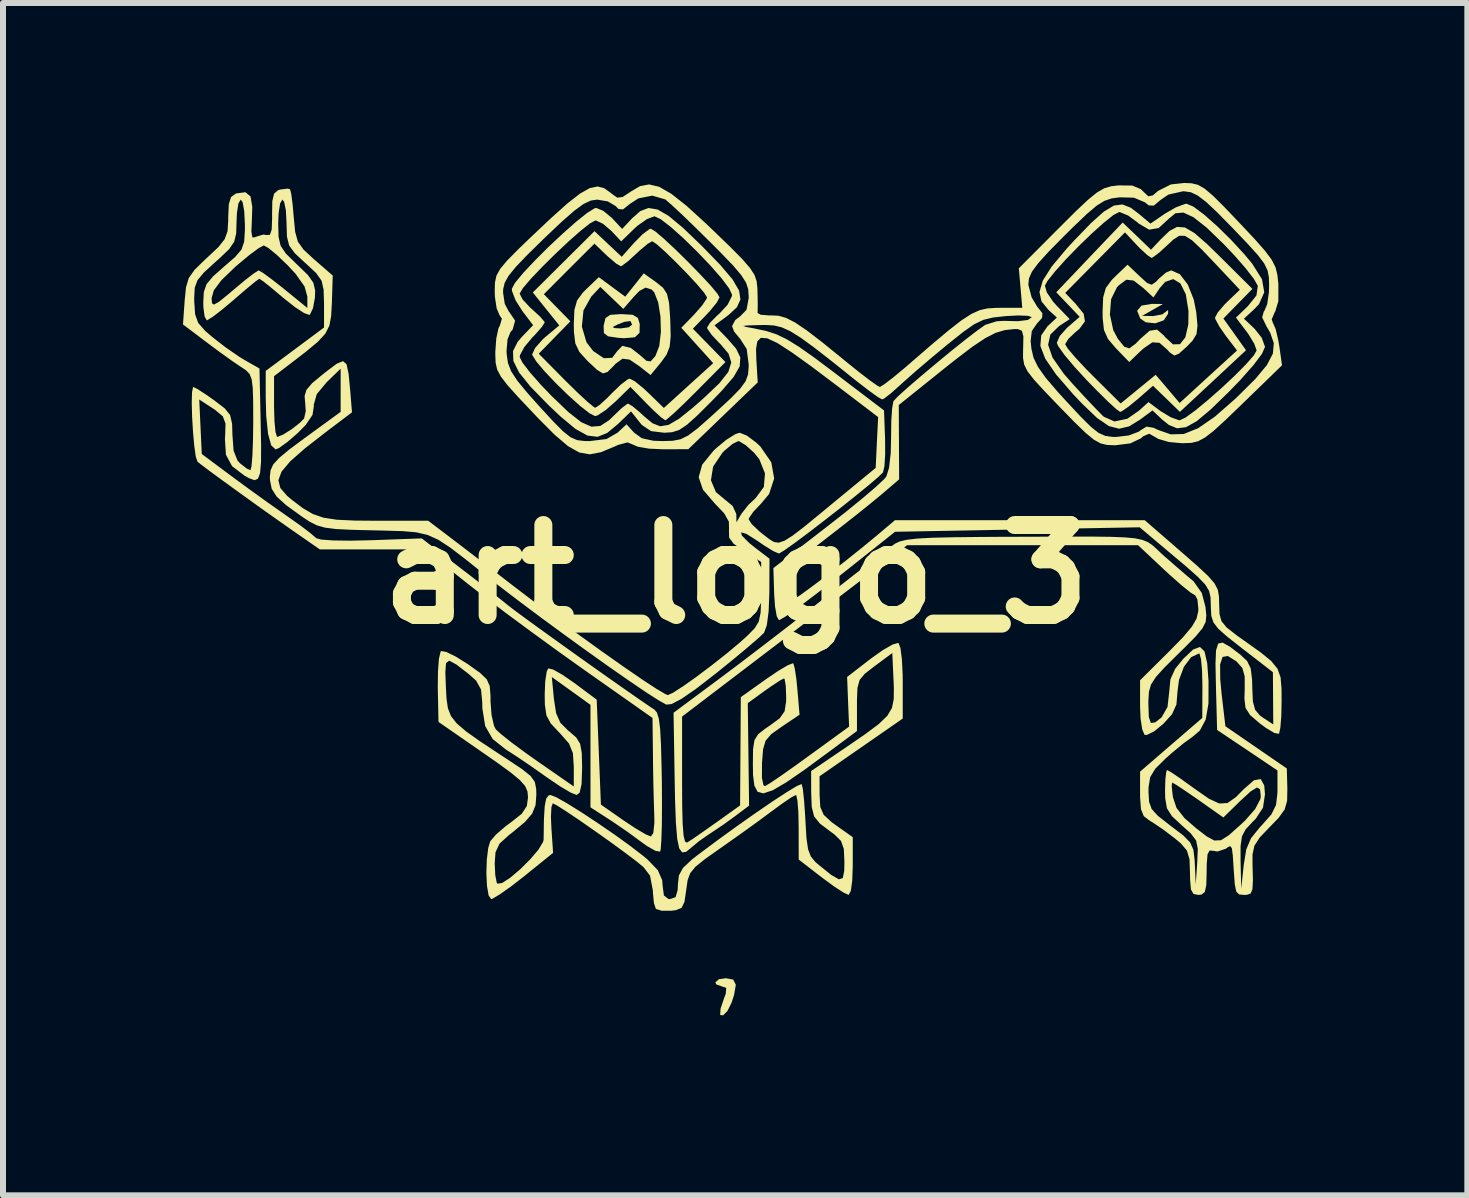
<source format=kicad_pcb>
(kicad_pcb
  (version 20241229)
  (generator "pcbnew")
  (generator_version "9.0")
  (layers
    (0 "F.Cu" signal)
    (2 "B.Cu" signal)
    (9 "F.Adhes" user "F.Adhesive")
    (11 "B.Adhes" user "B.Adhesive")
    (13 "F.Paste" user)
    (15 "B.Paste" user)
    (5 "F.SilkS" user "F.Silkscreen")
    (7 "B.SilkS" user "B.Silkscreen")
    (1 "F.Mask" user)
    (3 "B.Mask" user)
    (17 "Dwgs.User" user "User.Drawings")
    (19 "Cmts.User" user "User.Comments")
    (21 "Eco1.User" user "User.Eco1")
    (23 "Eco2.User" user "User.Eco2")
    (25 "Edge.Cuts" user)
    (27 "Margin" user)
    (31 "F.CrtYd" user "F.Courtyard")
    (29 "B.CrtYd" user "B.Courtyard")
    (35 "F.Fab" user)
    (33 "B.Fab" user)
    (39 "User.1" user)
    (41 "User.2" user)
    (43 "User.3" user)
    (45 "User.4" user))
  (footprint "art_logo_3"
    (layer "F.Cu")
    (at 9.221 6.523)
    (property "Reference" "art_logo_3" (at 0 0 0) (layer "F.SilkS") (effects (font (size 1.5 1.5) (thickness 0.3))))
    (attr board_only exclude_from_pos_files exclude_from_bom)
    (fp_poly (pts (xy 7.113 -4.506) (xy 6.94 -4.407) (xy 6.766 -4.308) (xy 6.951 -4.305) (xy 7.103 -4.333) (xy 7.176 -4.389) (xy 7.2 -4.407) (xy 7.199 -4.343) (xy 7.127 -4.234) (xy 6.984 -4.184) (xy 6.826 -4.201) (xy 6.735 -4.264) (xy 6.683 -4.392) (xy 6.755 -4.479) (xy 6.927 -4.508)) (stroke (width 0) (type solid)) (fill yes) (layer "F.SilkS"))
    (fp_poly (pts (xy -0.05 6.755) (xy -0.006 6.841) (xy -0.036 7.013) (xy -0.076 7.138) (xy -0.145 7.277) (xy -0.218 7.351) (xy -0.267 7.345) (xy -0.261 7.244) (xy -0.259 7.235) (xy -0.2 7.06) (xy -0.174 6.992) (xy -0.166 6.892) (xy -0.235 6.87) (xy -0.332 6.835) (xy -0.347 6.801) (xy -0.288 6.749) (xy -0.173 6.732)) (stroke (width 0) (type solid)) (fill yes) (layer "F.SilkS"))
    (fp_poly (pts (xy -1.726 -4.326) (xy -1.639 -4.275) (xy -1.608 -4.173) (xy -1.611 -4.025) (xy -1.689 -3.951) (xy -1.869 -3.936) (xy -1.965 -3.942) (xy -2.136 -3.967) (xy -2.205 -4.021) (xy -2.209 -4.121) (xy -2.06 -4.121) (xy -2.022 -4.104) (xy -1.926 -4.099) (xy -1.787 -4.118) (xy -1.735 -4.164) (xy -1.763 -4.222) (xy -1.865 -4.208) (xy -1.978 -4.164) (xy -2.06 -4.121) (xy -2.209 -4.121) (xy -2.209 -4.137) (xy -2.208 -4.151) (xy -2.178 -4.272) (xy -2.1 -4.325) (xy -1.929 -4.337) (xy -1.908 -4.337)) (stroke (width 0) (type solid)) (fill yes) (layer "F.SilkS"))
    (fp_poly (pts (xy -1.331 -4.867) (xy -1.219 -4.776) (xy -1.154 -4.676) (xy -1.119 -4.525) (xy -1.101 -4.282) (xy -1.099 -4.234) (xy -1.092 -3.967) (xy -1.109 -3.792) (xy -1.161 -3.661) (xy -1.251 -3.536) (xy -1.427 -3.322) (xy -1.609 -3.465) (xy -1.776 -3.579) (xy -1.894 -3.594) (xy -2.01 -3.51) (xy -2.047 -3.47) (xy -2.144 -3.373) (xy -2.222 -3.349) (xy -2.319 -3.408) (xy -2.476 -3.555) (xy -2.481 -3.56) (xy -2.615 -3.708) (xy -2.682 -3.85) (xy -2.705 -4.043) (xy -2.706 -4.128) (xy -2.572 -4.128) (xy -2.496 -3.869) (xy -2.384 -3.722) (xy -2.205 -3.602) (xy -2.066 -3.609) (xy -1.985 -3.718) (xy -1.898 -3.809) (xy -1.756 -3.773) (xy -1.612 -3.661) (xy -1.495 -3.559) (xy -1.427 -3.549) (xy -1.356 -3.628) (xy -1.345 -3.643) (xy -1.282 -3.806) (xy -1.255 -4.039) (xy -1.262 -4.296) (xy -1.3 -4.532) (xy -1.366 -4.701) (xy -1.41 -4.747) (xy -1.511 -4.779) (xy -1.613 -4.724) (xy -1.709 -4.624) (xy -1.882 -4.424) (xy -2.073 -4.607) (xy -2.265 -4.79) (xy -2.416 -4.629) (xy -2.546 -4.398) (xy -2.572 -4.128) (xy -2.706 -4.128) (xy -2.707 -4.168) (xy -2.697 -4.407) (xy -2.653 -4.564) (xy -2.556 -4.696) (xy -2.498 -4.754) (xy -2.29 -4.953) (xy -2.07 -4.791) (xy -1.85 -4.628) (xy -1.695 -4.822) (xy -1.541 -5.016)) (stroke (width 0) (type solid)) (fill yes) (layer "F.SilkS"))
    (fp_poly (pts (xy 6.72 -4.974) (xy 6.849 -4.856) (xy 6.927 -4.827) (xy 7.001 -4.88) (xy 7.043 -4.926) (xy 7.165 -5.031) (xy 7.251 -5.066) (xy 7.396 -5.002) (xy 7.527 -4.83) (xy 7.627 -4.58) (xy 7.668 -4.372) (xy 7.689 -4.146) (xy 7.673 -4.005) (xy 7.607 -3.895) (xy 7.513 -3.798) (xy 7.381 -3.679) (xy 7.302 -3.647) (xy 7.229 -3.697) (xy 7.184 -3.746) (xy 7.055 -3.859) (xy 6.937 -3.867) (xy 6.791 -3.767) (xy 6.732 -3.713) (xy 6.551 -3.539) (xy 6.329 -3.768) (xy 6.196 -3.924) (xy 6.13 -4.073) (xy 6.108 -4.276) (xy 6.108 -4.329) (xy 6.229 -4.329) (xy 6.285 -4.07) (xy 6.361 -3.927) (xy 6.469 -3.793) (xy 6.552 -3.766) (xy 6.657 -3.843) (xy 6.732 -3.921) (xy 6.891 -4.06) (xy 7.014 -4.079) (xy 7.129 -3.981) (xy 7.148 -3.956) (xy 7.281 -3.833) (xy 7.398 -3.836) (xy 7.487 -3.951) (xy 7.536 -4.164) (xy 7.539 -4.391) (xy 7.494 -4.668) (xy 7.404 -4.849) (xy 7.285 -4.921) (xy 7.15 -4.874) (xy 7.06 -4.771) (xy 6.955 -4.615) (xy 6.787 -4.771) (xy 6.626 -4.896) (xy 6.503 -4.911) (xy 6.375 -4.815) (xy 6.346 -4.784) (xy 6.249 -4.586) (xy 6.229 -4.329) (xy 6.108 -4.329) (xy 6.107 -4.38) (xy 6.117 -4.618) (xy 6.162 -4.775) (xy 6.261 -4.908) (xy 6.315 -4.962) (xy 6.523 -5.161)) (stroke (width 0) (type solid)) (fill yes) (layer "F.SilkS"))
    (fp_poly (pts (xy 6.678 -5.638) (xy 6.914 -5.411) (xy 7.077 -5.584) (xy 7.221 -5.723) (xy 7.347 -5.791) (xy 7.478 -5.782) (xy 7.638 -5.689) (xy 7.85 -5.504) (xy 8.058 -5.301) (xy 8.604 -4.758) (xy 8.363 -4.511) (xy 8.121 -4.264) (xy 8.31 -3.999) (xy 8.498 -3.735) (xy 7.947 -3.221) (xy 7.396 -2.708) (xy 7.171 -2.926) (xy 6.947 -3.143) (xy 6.698 -2.925) (xy 6.542 -2.797) (xy 6.428 -2.718) (xy 6.4 -2.707) (xy 6.334 -2.754) (xy 6.196 -2.881) (xy 6.007 -3.068) (xy 5.847 -3.232) (xy 5.638 -3.459) (xy 5.471 -3.658) (xy 5.368 -3.803) (xy 5.354 -3.835) (xy 5.483 -3.835) (xy 5.529 -3.76) (xy 5.653 -3.614) (xy 5.833 -3.421) (xy 5.945 -3.308) (xy 6.408 -2.848) (xy 6.7 -3.087) (xy 6.992 -3.326) (xy 7.192 -3.091) (xy 7.391 -2.856) (xy 7.869 -3.294) (xy 8.348 -3.731) (xy 8.164 -3.971) (xy 8.052 -4.133) (xy 7.987 -4.254) (xy 7.981 -4.279) (xy 8.027 -4.365) (xy 8.142 -4.499) (xy 8.188 -4.545) (xy 8.395 -4.743) (xy 7.998 -5.165) (xy 7.763 -5.412) (xy 7.598 -5.568) (xy 7.48 -5.642) (xy 7.385 -5.643) (xy 7.289 -5.582) (xy 7.19 -5.49) (xy 7.047 -5.359) (xy 6.944 -5.283) (xy 6.923 -5.274) (xy 6.852 -5.321) (xy 6.728 -5.436) (xy 6.679 -5.487) (xy 6.48 -5.699) (xy 5.982 -5.195) (xy 5.484 -4.691) (xy 5.657 -4.51) (xy 5.792 -4.343) (xy 5.813 -4.216) (xy 5.721 -4.092) (xy 5.656 -4.038) (xy 5.535 -3.923) (xy 5.483 -3.836) (xy 5.483 -3.835) (xy 5.354 -3.835) (xy 5.344 -3.86) (xy 5.393 -3.971) (xy 5.513 -4.108) (xy 5.535 -4.127) (xy 5.725 -4.292) (xy 5.53 -4.497) (xy 5.335 -4.701) (xy 5.888 -5.283) (xy 6.442 -5.864)) (stroke (width 0) (type solid)) (fill yes) (layer "F.SilkS"))
    (fp_poly (pts (xy -1.345 -5.713) (xy -1.2 -5.589) (xy -1.01 -5.412) (xy -0.802 -5.207) (xy -0.6 -5) (xy -0.428 -4.816) (xy -0.313 -4.678) (xy -0.278 -4.617) (xy -0.322 -4.532) (xy -0.435 -4.393) (xy -0.5 -4.323) (xy -0.722 -4.094) (xy -0.45 -3.816) (xy -0.179 -3.538) (xy -0.66 -3.053) (xy -0.868 -2.847) (xy -1.04 -2.684) (xy -1.152 -2.587) (xy -1.181 -2.568) (xy -1.248 -2.613) (xy -1.377 -2.731) (xy -1.492 -2.846) (xy -1.763 -3.123) (xy -2.012 -2.88) (xy -2.174 -2.739) (xy -2.307 -2.651) (xy -2.352 -2.637) (xy -2.446 -2.685) (xy -2.605 -2.81) (xy -2.8 -2.985) (xy -3.004 -3.184) (xy -3.19 -3.38) (xy -3.33 -3.545) (xy -3.398 -3.654) (xy -3.401 -3.667) (xy -3.396 -3.677) (xy -3.291 -3.677) (xy -2.845 -3.226) (xy -2.643 -3.028) (xy -2.478 -2.875) (xy -2.372 -2.788) (xy -2.35 -2.776) (xy -2.278 -2.822) (xy -2.149 -2.94) (xy -2.072 -3.019) (xy -1.924 -3.162) (xy -1.809 -3.249) (xy -1.775 -3.262) (xy -1.689 -3.217) (xy -1.547 -3.102) (xy -1.456 -3.017) (xy -1.206 -2.773) (xy -0.794 -3.147) (xy -0.383 -3.52) (xy -0.649 -3.815) (xy -0.915 -4.109) (xy -0.7 -4.331) (xy -0.57 -4.479) (xy -0.494 -4.591) (xy -0.486 -4.616) (xy -0.532 -4.691) (xy -0.652 -4.833) (xy -0.818 -5.012) (xy -1.004 -5.202) (xy -1.181 -5.374) (xy -1.322 -5.5) (xy -1.399 -5.552) (xy -1.401 -5.552) (xy -1.478 -5.507) (xy -1.61 -5.396) (xy -1.666 -5.344) (xy -1.806 -5.216) (xy -1.906 -5.142) (xy -1.924 -5.136) (xy -1.999 -5.179) (xy -2.128 -5.288) (xy -2.167 -5.324) (xy -2.363 -5.512) (xy -2.785 -5.091) (xy -3.206 -4.669) (xy -2.985 -4.443) (xy -2.764 -4.217) (xy -3.028 -3.947) (xy -3.291 -3.677) (xy -3.396 -3.677) (xy -3.351 -3.774) (xy -3.226 -3.915) (xy -3.175 -3.961) (xy -2.949 -4.149) (xy -3.17 -4.424) (xy -3.39 -4.698) (xy -2.876 -5.209) (xy -2.362 -5.72) (xy -2.135 -5.506) (xy -1.908 -5.293) (xy -1.701 -5.526) (xy -1.561 -5.668) (xy -1.45 -5.751) (xy -1.422 -5.76)) (stroke (width 0) (type solid)) (fill yes) (layer "F.SilkS"))
    (fp_poly (pts (xy 7.622 -6.128) (xy 7.799 -5.996) (xy 8.016 -5.804) (xy 8.249 -5.575) (xy 8.473 -5.332) (xy 8.601 -5.178) (xy 8.764 -4.919) (xy 8.802 -4.701) (xy 8.716 -4.506) (xy 8.638 -4.423) (xy 8.463 -4.261) (xy 8.638 -4.096) (xy 8.759 -3.944) (xy 8.813 -3.797) (xy 8.814 -3.789) (xy 8.764 -3.676) (xy 8.622 -3.487) (xy 8.402 -3.238) (xy 8.208 -3.038) (xy 7.908 -2.747) (xy 7.678 -2.554) (xy 7.498 -2.453) (xy 7.349 -2.434) (xy 7.212 -2.49) (xy 7.1 -2.58) (xy 6.939 -2.732) (xy 6.734 -2.58) (xy 6.549 -2.466) (xy 6.383 -2.427) (xy 6.212 -2.471) (xy 6.015 -2.606) (xy 5.769 -2.841) (xy 5.621 -2.997) (xy 5.333 -3.33) (xy 5.151 -3.595) (xy 5.07 -3.807) (xy 5.084 -3.982) (xy 5.188 -4.133) (xy 5.202 -4.146) (xy 5.345 -4.28) (xy 5.206 -4.406) (xy 5.089 -4.549) (xy 5.055 -4.706) (xy 5.086 -4.812) (xy 5.146 -4.812) (xy 5.177 -4.7) (xy 5.282 -4.545) (xy 5.341 -4.479) (xy 5.559 -4.254) (xy 5.382 -4.138) (xy 5.237 -3.997) (xy 5.199 -3.826) (xy 5.273 -3.612) (xy 5.46 -3.344) (xy 5.604 -3.179) (xy 5.803 -2.962) (xy 5.981 -2.774) (xy 6.105 -2.647) (xy 6.127 -2.627) (xy 6.305 -2.548) (xy 6.519 -2.593) (xy 6.715 -2.729) (xy 6.872 -2.871) (xy 7.076 -2.719) (xy 7.243 -2.618) (xy 7.38 -2.569) (xy 7.393 -2.568) (xy 7.49 -2.613) (xy 7.656 -2.734) (xy 7.865 -2.907) (xy 8.093 -3.108) (xy 8.314 -3.315) (xy 8.501 -3.504) (xy 8.63 -3.652) (xy 8.675 -3.732) (xy 8.635 -3.844) (xy 8.537 -4.005) (xy 8.502 -4.052) (xy 8.33 -4.279) (xy 8.529 -4.47) (xy 8.672 -4.649) (xy 8.694 -4.808) (xy 8.693 -4.811) (xy 8.631 -4.921) (xy 8.492 -5.101) (xy 8.299 -5.322) (xy 8.13 -5.5) (xy 7.843 -5.778) (xy 7.622 -5.952) (xy 7.454 -6.03) (xy 7.321 -6.018) (xy 7.214 -5.93) (xy 7.042 -5.772) (xy 6.883 -5.745) (xy 6.71 -5.846) (xy 6.691 -5.864) (xy 6.534 -5.98) (xy 6.397 -6.037) (xy 6.382 -6.038) (xy 6.289 -5.99) (xy 6.129 -5.862) (xy 5.926 -5.68) (xy 5.706 -5.467) (xy 5.493 -5.248) (xy 5.313 -5.047) (xy 5.188 -4.89) (xy 5.146 -4.812) (xy 5.086 -4.812) (xy 5.11 -4.895) (xy 5.259 -5.13) (xy 5.508 -5.428) (xy 5.64 -5.571) (xy 5.919 -5.859) (xy 6.131 -6.048) (xy 6.297 -6.147) (xy 6.438 -6.165) (xy 6.576 -6.111) (xy 6.709 -6.011) (xy 6.905 -5.846) (xy 7.146 -6.011) (xy 7.327 -6.116) (xy 7.48 -6.173) (xy 7.51 -6.177)) (stroke (width 0) (type solid)) (fill yes) (layer "F.SilkS"))
    (fp_poly (pts (xy -2.216 -6.059) (xy -2.075 -5.943) (xy -2.064 -5.932) (xy -1.901 -5.757) (xy -1.737 -5.932) (xy -1.599 -6.054) (xy -1.462 -6.106) (xy -1.31 -6.081) (xy -1.123 -5.972) (xy -0.883 -5.772) (xy -0.572 -5.473) (xy -0.57 -5.471) (xy -0.266 -5.158) (xy -0.062 -4.917) (xy 0.048 -4.73) (xy 0.071 -4.581) (xy 0.012 -4.452) (xy -0.123 -4.326) (xy -0.146 -4.309) (xy -0.361 -4.15) (xy -0.148 -3.93) (xy -0.001 -3.761) (xy 0.069 -3.615) (xy 0.058 -3.466) (xy -0.042 -3.291) (xy -0.237 -3.064) (xy -0.412 -2.883) (xy -0.649 -2.647) (xy -0.819 -2.494) (xy -0.949 -2.407) (xy -1.067 -2.369) (xy -1.198 -2.36) (xy -1.2 -2.36) (xy -1.419 -2.387) (xy -1.571 -2.489) (xy -1.612 -2.538) (xy -1.753 -2.716) (xy -1.973 -2.503) (xy -2.148 -2.358) (xy -2.31 -2.292) (xy -2.48 -2.313) (xy -2.681 -2.425) (xy -2.933 -2.635) (xy -3.127 -2.819) (xy -3.425 -3.124) (xy -3.618 -3.363) (xy -3.714 -3.556) (xy -3.717 -3.622) (xy -3.609 -3.622) (xy -3.562 -3.528) (xy -3.436 -3.364) (xy -3.251 -3.154) (xy -3.081 -2.977) (xy -2.799 -2.706) (xy -2.583 -2.536) (xy -2.412 -2.461) (xy -2.265 -2.473) (xy -2.121 -2.567) (xy -2.039 -2.646) (xy -1.907 -2.772) (xy -1.815 -2.841) (xy -1.802 -2.845) (xy -1.728 -2.802) (xy -1.596 -2.691) (xy -1.534 -2.633) (xy -1.395 -2.518) (xy -1.267 -2.468) (xy -1.127 -2.491) (xy -0.95 -2.595) (xy -0.714 -2.785) (xy -0.539 -2.939) (xy -0.281 -3.184) (xy -0.131 -3.374) (xy -0.082 -3.531) (xy -0.127 -3.677) (xy -0.261 -3.836) (xy -0.278 -3.852) (xy -0.408 -3.99) (xy -0.48 -4.093) (xy -0.486 -4.112) (xy -0.437 -4.192) (xy -0.317 -4.314) (xy -0.278 -4.348) (xy -0.142 -4.495) (xy -0.072 -4.636) (xy -0.069 -4.661) (xy -0.118 -4.766) (xy -0.247 -4.938) (xy -0.433 -5.15) (xy -0.652 -5.379) (xy -0.878 -5.6) (xy -1.088 -5.788) (xy -1.257 -5.919) (xy -1.362 -5.968) (xy -1.362 -5.968) (xy -1.486 -5.922) (xy -1.648 -5.808) (xy -1.701 -5.759) (xy -1.917 -5.55) (xy -2.081 -5.724) (xy -2.22 -5.843) (xy -2.338 -5.898) (xy -2.345 -5.899) (xy -2.434 -5.852) (xy -2.592 -5.727) (xy -2.794 -5.549) (xy -3.016 -5.34) (xy -3.233 -5.125) (xy -3.421 -4.928) (xy -3.554 -4.772) (xy -3.609 -4.681) (xy -3.609 -4.678) (xy -3.56 -4.582) (xy -3.438 -4.45) (xy -3.401 -4.417) (xy -3.268 -4.295) (xy -3.196 -4.21) (xy -3.192 -4.198) (xy -3.237 -4.126) (xy -3.349 -3.998) (xy -3.401 -3.945) (xy -3.531 -3.789) (xy -3.604 -3.653) (xy -3.609 -3.622) (xy -3.717 -3.622) (xy -3.72 -3.721) (xy -3.643 -3.875) (xy -3.573 -3.957) (xy -3.385 -4.153) (xy -3.566 -4.391) (xy -3.678 -4.569) (xy -3.737 -4.725) (xy -3.739 -4.76) (xy -3.687 -4.858) (xy -3.552 -5.021) (xy -3.359 -5.227) (xy -3.132 -5.454) (xy -2.894 -5.677) (xy -2.67 -5.875) (xy -2.484 -6.024) (xy -2.359 -6.101) (xy -2.334 -6.107)) (stroke (width 0) (type solid)) (fill yes) (layer "F.SilkS"))
    (fp_poly (pts (xy 7.591 -6.518) (xy 7.698 -6.492) (xy 7.809 -6.428) (xy 7.948 -6.31) (xy 8.137 -6.122) (xy 8.384 -5.863) (xy 8.64 -5.591) (xy 8.815 -5.392) (xy 8.926 -5.243) (xy 8.99 -5.117) (xy 9.021 -4.99) (xy 9.037 -4.84) (xy 9.037 -4.554) (xy 8.984 -4.379) (xy 8.976 -4.368) (xy 8.926 -4.25) (xy 8.945 -4.194) (xy 8.991 -4.091) (xy 9.035 -3.904) (xy 9.052 -3.807) (xy 9.098 -3.484) (xy 8.429 -2.835) (xy 8.157 -2.573) (xy 7.96 -2.393) (xy 7.815 -2.28) (xy 7.699 -2.218) (xy 7.587 -2.191) (xy 7.457 -2.186) (xy 7.437 -2.185) (xy 7.214 -2.205) (xy 7.036 -2.257) (xy 6.992 -2.283) (xy 6.884 -2.344) (xy 6.785 -2.302) (xy 6.744 -2.266) (xy 6.571 -2.183) (xy 6.318 -2.151) (xy 6.314 -2.151) (xy 6.184 -2.156) (xy 6.075 -2.182) (xy 5.962 -2.244) (xy 5.823 -2.359) (xy 5.633 -2.543) (xy 5.389 -2.793) (xy 5.135 -3.058) (xy 4.962 -3.247) (xy 4.855 -3.385) (xy 4.8 -3.497) (xy 4.781 -3.607) (xy 4.782 -3.738) (xy 4.783 -3.765) (xy 4.787 -3.964) (xy 4.762 -4.06) (xy 4.693 -4.088) (xy 4.638 -4.088) (xy 4.478 -4.071) (xy 4.324 -4.025) (xy 4.152 -3.937) (xy 3.938 -3.794) (xy 3.658 -3.581) (xy 3.438 -3.406) (xy 2.71 -2.822) (xy 2.713 -2.203) (xy 2.716 -1.583) (xy 2.423 -1.332) (xy 2.247 -1.187) (xy 1.997 -0.986) (xy 1.708 -0.759) (xy 1.464 -0.57) (xy 1.183 -0.352) (xy 0.995 -0.196) (xy 0.881 -0.08) (xy 0.822 0.017) (xy 0.801 0.119) (xy 0.798 0.213) (xy 0.81 0.385) (xy 0.839 0.48) (xy 0.85 0.486) (xy 0.925 0.445) (xy 1.084 0.335) (xy 1.305 0.173) (xy 1.565 -0.024) (xy 1.84 -0.238) (xy 2.106 -0.451) (xy 2.338 -0.642) (xy 2.646 -0.902) (xy 4.728 -0.902) (xy 6.81 -0.902) (xy 7.43 -0.364) (xy 7.693 -0.134) (xy 7.868 0.03) (xy 7.974 0.152) (xy 8.028 0.258) (xy 8.047 0.37) (xy 8.05 0.493) (xy 8.056 0.662) (xy 8.089 0.781) (xy 8.175 0.886) (xy 8.337 1.013) (xy 8.465 1.104) (xy 8.738 1.298) (xy 8.917 1.444) (xy 9.023 1.574) (xy 9.074 1.718) (xy 9.09 1.91) (xy 9.091 2.11) (xy 9.086 2.362) (xy 9.07 2.557) (xy 9.049 2.655) (xy 9.047 2.658) (xy 8.972 2.645) (xy 8.831 2.561) (xy 8.73 2.487) (xy 8.567 2.347) (xy 8.49 2.228) (xy 8.471 2.069) (xy 8.476 1.925) (xy 8.476 1.701) (xy 8.437 1.562) (xy 8.343 1.456) (xy 8.331 1.446) (xy 8.194 1.361) (xy 8.107 1.377) (xy 8.066 1.502) (xy 8.068 1.746) (xy 8.091 1.992) (xy 8.154 2.532) (xy 8.666 2.884) (xy 9.178 3.236) (xy 9.187 3.575) (xy 9.183 3.775) (xy 9.142 3.919) (xy 9.041 4.06) (xy 8.895 4.21) (xy 8.726 4.387) (xy 8.638 4.523) (xy 8.606 4.671) (xy 8.606 4.838) (xy 8.613 5.098) (xy 8.605 5.249) (xy 8.574 5.321) (xy 8.512 5.342) (xy 8.467 5.344) (xy 8.383 5.336) (xy 8.336 5.289) (xy 8.311 5.172) (xy 8.295 4.952) (xy 8.293 4.927) (xy 8.278 4.69) (xy 8.262 4.565) (xy 8.234 4.529) (xy 8.185 4.555) (xy 8.163 4.573) (xy 8.023 4.62) (xy 7.955 4.609) (xy 7.89 4.604) (xy 7.856 4.669) (xy 7.843 4.834) (xy 7.842 4.955) (xy 7.836 5.178) (xy 7.811 5.295) (xy 7.755 5.339) (xy 7.703 5.344) (xy 7.622 5.327) (xy 7.58 5.253) (xy 7.566 5.09) (xy 7.564 4.974) (xy 7.556 4.749) (xy 7.513 4.605) (xy 7.411 4.484) (xy 7.304 4.395) (xy 7.112 4.25) (xy 6.938 4.133) (xy 6.888 4.103) (xy 6.794 4.031) (xy 6.747 3.915) (xy 6.732 3.714) (xy 6.732 3.654) (xy 6.732 3.289) (xy 7.25 2.841) (xy 7.769 2.394) (xy 7.771 1.856) (xy 7.765 1.603) (xy 7.748 1.414) (xy 7.722 1.322) (xy 7.715 1.319) (xy 7.583 1.381) (xy 7.463 1.541) (xy 7.381 1.759) (xy 7.356 1.951) (xy 7.338 2.17) (xy 7.264 2.333) (xy 7.119 2.493) (xy 6.966 2.618) (xy 6.844 2.678) (xy 6.807 2.676) (xy 6.768 2.586) (xy 6.74 2.402) (xy 6.732 2.197) (xy 6.732 1.766) (xy 7.217 1.284) (xy 7.45 1.046) (xy 7.596 0.872) (xy 7.674 0.737) (xy 7.702 0.614) (xy 7.703 0.574) (xy 7.688 0.42) (xy 7.65 0.348) (xy 7.645 0.347) (xy 7.571 0.302) (xy 7.424 0.183) (xy 7.23 0.012) (xy 7.142 -0.069) (xy 6.698 -0.486) (xy 4.774 -0.486) (xy 2.849 -0.486) (xy 2.052 0.121) (xy 1.723 0.372) (xy 1.321 0.678) (xy 0.886 1.01) (xy 0.454 1.338) (xy 0.176 1.55) (xy -0.902 2.371) (xy -0.902 3.445) (xy -0.9 3.866) (xy -0.892 4.164) (xy -0.877 4.354) (xy -0.854 4.452) (xy -0.822 4.472) (xy -0.815 4.469) (xy -0.718 4.406) (xy -0.545 4.286) (xy -0.334 4.137) (xy -0.332 4.136) (xy 0.065 3.852) (xy 0.071 2.949) (xy 0.077 2.047) (xy 0.497 1.748) (xy 0.703 1.608) (xy 0.863 1.514) (xy 0.947 1.482) (xy 0.952 1.484) (xy 0.976 1.567) (xy 1.003 1.745) (xy 1.021 1.93) (xy 1.056 2.34) (xy 0.754 2.543) (xy 0.583 2.665) (xy 0.49 2.773) (xy 0.448 2.916) (xy 0.43 3.147) (xy 0.43 3.15) (xy 0.429 3.394) (xy 0.455 3.517) (xy 0.482 3.529) (xy 0.564 3.481) (xy 0.733 3.367) (xy 0.963 3.205) (xy 1.218 3.021) (xy 1.882 2.538) (xy 1.865 2.124) (xy 1.849 1.711) (xy 2.243 1.406) (xy 2.445 1.263) (xy 2.609 1.169) (xy 2.702 1.143) (xy 2.706 1.145) (xy 2.738 1.229) (xy 2.762 1.418) (xy 2.775 1.677) (xy 2.776 1.796) (xy 2.776 2.404) (xy 2.083 2.885) (xy 1.389 3.366) (xy 1.39 3.678) (xy 1.402 3.878) (xy 1.459 4.009) (xy 1.591 4.131) (xy 1.667 4.186) (xy 1.943 4.381) (xy 1.943 4.862) (xy 1.934 5.108) (xy 1.91 5.279) (xy 1.874 5.344) (xy 1.874 5.344) (xy 1.788 5.304) (xy 1.628 5.2) (xy 1.429 5.053) (xy 1.423 5.049) (xy 1.042 4.754) (xy 1.041 4.216) (xy 1.036 3.963) (xy 1.021 3.773) (xy 1.001 3.682) (xy 0.995 3.678) (xy 0.92 3.717) (xy 0.77 3.819) (xy 0.596 3.946) (xy 0.367 4.116) (xy 0.078 4.324) (xy -0.216 4.532) (xy -0.278 4.575) (xy -0.524 4.749) (xy -0.68 4.875) (xy -0.767 4.982) (xy -0.81 5.099) (xy -0.832 5.255) (xy -0.833 5.261) (xy -0.862 5.46) (xy -0.91 5.559) (xy -1.007 5.598) (xy -1.078 5.607) (xy -1.243 5.607) (xy -1.338 5.578) (xy -1.371 5.482) (xy -1.388 5.308) (xy -1.388 5.275) (xy -1.436 5.023) (xy -1.544 4.881) (xy -1.672 4.776) (xy -1.87 4.627) (xy -2.111 4.451) (xy -2.371 4.267) (xy -2.621 4.093) (xy -2.837 3.948) (xy -2.991 3.85) (xy -3.057 3.817) (xy -3.08 3.88) (xy -3.088 4.043) (xy -3.08 4.23) (xy -3.052 4.643) (xy -3.529 5.028) (xy -3.751 5.201) (xy -3.938 5.333) (xy -4.06 5.406) (xy -4.085 5.413) (xy -4.127 5.351) (xy -4.154 5.193) (xy -4.164 4.981) (xy -4.157 4.756) (xy -4.133 4.561) (xy -4.099 4.449) (xy -4.004 4.338) (xy -3.841 4.197) (xy -3.752 4.132) (xy -3.573 3.99) (xy -3.489 3.86) (xy -3.47 3.716) (xy -3.479 3.619) (xy -3.517 3.53) (xy -3.604 3.431) (xy -3.757 3.304) (xy -3.995 3.131) (xy -4.216 2.977) (xy -4.962 2.46) (xy -4.974 1.89) (xy -4.971 1.622) (xy -4.955 1.41) (xy -4.928 1.291) (xy -4.918 1.278) (xy -4.831 1.294) (xy -4.669 1.374) (xy -4.473 1.497) (xy -4.271 1.641) (xy -4.158 1.749) (xy -4.108 1.862) (xy -4.095 2.024) (xy -4.095 2.115) (xy -4.078 2.343) (xy -4.037 2.525) (xy -4.008 2.583) (xy -3.916 2.667) (xy -3.738 2.808) (xy -3.502 2.982) (xy -3.314 3.115) (xy -2.707 3.536) (xy -2.707 3.204) (xy -2.722 2.98) (xy -2.787 2.82) (xy -2.932 2.655) (xy -2.949 2.637) (xy -3.09 2.487) (xy -3.163 2.352) (xy -3.189 2.174) (xy -3.192 2.003) (xy -3.183 1.781) (xy -3.158 1.621) (xy -3.133 1.568) (xy -3.051 1.587) (xy -2.895 1.675) (xy -2.699 1.81) (xy -2.325 2.089) (xy -2.29 2.964) (xy -2.255 3.838) (xy -1.874 4.104) (xy -1.67 4.239) (xy -1.506 4.335) (xy -1.421 4.37) (xy -1.381 4.309) (xy -1.364 4.146) (xy -1.365 4.042) (xy -1.372 3.821) (xy -1.38 3.515) (xy -1.386 3.177) (xy -1.387 3.054) (xy -1.395 2.394) (xy -2.563 1.572) (xy -2.979 1.275) (xy -3.415 0.958) (xy -3.836 0.647) (xy -4.206 0.366) (xy -4.462 0.167) (xy -5.195 -0.416) (xy -6.068 -0.416) (xy -6.941 -0.416) (xy -7.409 -0.741) (xy -7.678 -0.93) (xy -7.974 -1.14) (xy -8.271 -1.354) (xy -8.546 -1.553) (xy -8.774 -1.72) (xy -8.929 -1.837) (xy -8.98 -1.879) (xy -9.008 -1.964) (xy -9.033 -2.142) (xy -9.054 -2.376) (xy -9.069 -2.629) (xy -9.075 -2.862) (xy -9.07 -3.038) (xy -9.053 -3.121) (xy -9.049 -3.123) (xy -8.975 -3.086) (xy -8.828 -2.99) (xy -8.704 -2.903) (xy -8.526 -2.767) (xy -8.435 -2.654) (xy -8.402 -2.508) (xy -8.397 -2.324) (xy -8.377 -2.06) (xy -8.312 -1.896) (xy -8.27 -1.85) (xy -8.156 -1.762) (xy -8.097 -1.735) (xy -8.079 -1.8) (xy -8.064 -1.976) (xy -8.054 -2.236) (xy -8.05 -2.531) (xy -8.051 -2.874) (xy -8.058 -3.105) (xy -8.076 -3.252) (xy -8.112 -3.341) (xy -8.17 -3.401) (xy -8.241 -3.448) (xy -8.395 -3.552) (xy -8.611 -3.707) (xy -8.826 -3.867) (xy -9.221 -4.165) (xy -9.193 -4.563) (xy -9.188 -4.61) (xy -9.034 -4.61) (xy -9.033 -4.545) (xy -9.019 -4.334) (xy -8.967 -4.19) (xy -8.849 -4.056) (xy -8.734 -3.957) (xy -8.513 -3.785) (xy -8.286 -3.628) (xy -8.194 -3.572) (xy -7.946 -3.431) (xy -7.927 -2.57) (xy -7.919 -2.159) (xy -7.92 -1.871) (xy -7.936 -1.688) (xy -7.971 -1.593) (xy -8.029 -1.569) (xy -8.117 -1.601) (xy -8.195 -1.644) (xy -8.403 -1.803) (xy -8.505 -1.993) (xy -8.522 -2.258) (xy -8.518 -2.317) (xy -8.512 -2.513) (xy -8.557 -2.633) (xy -8.682 -2.738) (xy -8.721 -2.764) (xy -8.95 -2.914) (xy -8.929 -2.46) (xy -8.908 -2.006) (xy -8.424 -1.645) (xy -8.126 -1.426) (xy -7.798 -1.19) (xy -7.508 -0.986) (xy -7.492 -0.975) (xy -7.274 -0.821) (xy -7.102 -0.691) (xy -7.007 -0.61) (xy -7 -0.602) (xy -6.916 -0.579) (xy -6.718 -0.565) (xy -6.433 -0.561) (xy -6.098 -0.568) (xy -5.241 -0.599) (xy -4.64 -0.138) (xy -4.365 0.073) (xy -4.106 0.275) (xy -3.898 0.44) (xy -3.806 0.514) (xy -3.692 0.602) (xy -3.487 0.753) (xy -3.214 0.951) (xy -2.895 1.18) (xy -2.555 1.423) (xy -2.215 1.664) (xy -1.898 1.887) (xy -1.628 2.075) (xy -1.427 2.213) (xy -1.362 2.255) (xy -1.321 2.305) (xy -1.29 2.404) (xy -1.268 2.572) (xy -1.254 2.83) (xy -1.244 3.195) (xy -1.239 3.451) (xy -1.237 3.833) (xy -1.239 4.165) (xy -1.247 4.423) (xy -1.258 4.583) (xy -1.268 4.622) (xy -1.343 4.61) (xy -1.486 4.529) (xy -1.576 4.465) (xy -1.806 4.296) (xy -2.062 4.121) (xy -2.134 4.074) (xy -2.429 3.884) (xy -2.429 3.03) (xy -2.429 2.175) (xy -2.751 1.943) (xy -3.073 1.712) (xy -3.038 2.079) (xy -3.001 2.317) (xy -2.931 2.474) (xy -2.801 2.604) (xy -2.785 2.616) (xy -2.666 2.72) (xy -2.601 2.825) (xy -2.574 2.976) (xy -2.568 3.219) (xy -2.568 3.232) (xy -2.577 3.496) (xy -2.609 3.639) (xy -2.658 3.678) (xy -2.755 3.64) (xy -2.928 3.538) (xy -3.14 3.395) (xy -3.161 3.38) (xy -3.412 3.203) (xy -3.66 3.035) (xy -3.839 2.92) (xy -4.059 2.745) (xy -4.184 2.529) (xy -4.231 2.233) (xy -4.233 2.129) (xy -4.253 1.919) (xy -4.335 1.772) (xy -4.459 1.661) (xy -4.663 1.504) (xy -4.782 1.439) (xy -4.837 1.479) (xy -4.848 1.636) (xy -4.839 1.876) (xy -4.828 2.077) (xy -4.805 2.233) (xy -4.754 2.363) (xy -4.657 2.486) (xy -4.499 2.621) (xy -4.263 2.788) (xy -3.933 3.006) (xy -3.8 3.093) (xy -3.566 3.249) (xy -3.427 3.361) (xy -3.357 3.459) (xy -3.334 3.573) (xy -3.331 3.672) (xy -3.344 3.847) (xy -3.4 3.987) (xy -3.52 4.127) (xy -3.729 4.301) (xy -3.788 4.347) (xy -3.944 4.488) (xy -4.012 4.633) (xy -4.025 4.82) (xy -4.016 5.011) (xy -3.992 5.138) (xy -3.981 5.156) (xy -3.903 5.146) (xy -3.766 5.057) (xy -3.6 4.916) (xy -3.434 4.751) (xy -3.297 4.59) (xy -3.219 4.461) (xy -3.21 4.424) (xy -3.205 4.088) (xy -3.192 3.868) (xy -3.168 3.742) (xy -3.13 3.687) (xy -3.095 3.678) (xy -2.998 3.716) (xy -2.815 3.82) (xy -2.574 3.97) (xy -2.3 4.151) (xy -2.019 4.344) (xy -1.759 4.532) (xy -1.544 4.698) (xy -1.477 4.754) (xy -1.306 4.932) (xy -1.233 5.1) (xy -1.226 5.192) (xy -1.205 5.352) (xy -1.131 5.411) (xy -1.099 5.413) (xy -1.01 5.38) (xy -0.975 5.26) (xy -0.972 5.171) (xy -0.955 5.019) (xy -0.887 4.894) (xy -0.741 4.756) (xy -0.642 4.679) (xy -0.319 4.438) (xy 0.012 4.198) (xy 0.33 3.974) (xy 0.617 3.778) (xy 0.852 3.625) (xy 1.016 3.526) (xy 1.09 3.496) (xy 1.091 3.497) (xy 1.111 3.578) (xy 1.131 3.764) (xy 1.149 4.017) (xy 1.154 4.107) (xy 1.171 4.395) (xy 1.198 4.582) (xy 1.244 4.703) (xy 1.321 4.796) (xy 1.371 4.839) (xy 1.582 5.009) (xy 1.711 5.084) (xy 1.777 5.062) (xy 1.801 4.941) (xy 1.804 4.796) (xy 1.794 4.578) (xy 1.747 4.444) (xy 1.638 4.336) (xy 1.579 4.293) (xy 1.397 4.156) (xy 1.299 4.035) (xy 1.259 3.878) (xy 1.25 3.635) (xy 1.249 3.279) (xy 1.836 2.88) (xy 2.155 2.661) (xy 2.377 2.495) (xy 2.518 2.359) (xy 2.596 2.229) (xy 2.626 2.08) (xy 2.628 1.889) (xy 2.623 1.775) (xy 2.602 1.312) (xy 2.308 1.53) (xy 2.146 1.655) (xy 2.058 1.759) (xy 2.021 1.892) (xy 2.013 2.102) (xy 2.013 2.18) (xy 2.013 2.612) (xy 1.544 2.96) (xy 1.14 3.257) (xy 0.832 3.469) (xy 0.608 3.6) (xy 0.453 3.651) (xy 0.356 3.624) (xy 0.303 3.522) (xy 0.281 3.346) (xy 0.278 3.161) (xy 0.281 2.916) (xy 0.304 2.765) (xy 0.366 2.665) (xy 0.486 2.571) (xy 0.555 2.525) (xy 0.726 2.399) (xy 0.807 2.283) (xy 0.832 2.12) (xy 0.833 2.038) (xy 0.826 1.855) (xy 0.807 1.747) (xy 0.797 1.735) (xy 0.726 1.772) (xy 0.581 1.868) (xy 0.477 1.941) (xy 0.193 2.147) (xy 0.204 3.001) (xy 0.215 3.855) (xy -0.013 4.027) (xy -0.219 4.176) (xy -0.422 4.312) (xy -0.443 4.325) (xy -0.615 4.444) (xy -0.746 4.553) (xy -0.747 4.554) (xy -0.835 4.626) (xy -0.901 4.635) (xy -0.95 4.567) (xy -0.983 4.408) (xy -1.005 4.146) (xy -1.019 3.767) (xy -1.025 3.455) (xy -1.044 2.307) (xy -0.277 1.737) (xy 0.05 1.492) (xy 0.446 1.19) (xy 0.871 0.863) (xy 1.285 0.541) (xy 1.488 0.382) (xy 1.818 0.123) (xy 2.12 -0.113) (xy 2.375 -0.308) (xy 2.56 -0.448) (xy 2.649 -0.512) (xy 2.726 -0.548) (xy 2.843 -0.576) (xy 3.019 -0.596) (xy 3.272 -0.61) (xy 3.618 -0.618) (xy 4.075 -0.623) (xy 4.374 -0.625) (xy 5.011 -0.627) (xy 5.525 -0.629) (xy 5.931 -0.629) (xy 6.243 -0.625) (xy 6.477 -0.616) (xy 6.647 -0.6) (xy 6.77 -0.574) (xy 6.86 -0.538) (xy 6.932 -0.49) (xy 7.002 -0.428) (xy 7.084 -0.35) (xy 7.12 -0.317) (xy 7.326 -0.137) (xy 7.514 0.025) (xy 7.624 0.117) (xy 7.761 0.311) (xy 7.822 0.544) (xy 7.836 0.683) (xy 7.826 0.792) (xy 7.772 0.899) (xy 7.66 1.034) (xy 7.472 1.224) (xy 7.366 1.328) (xy 7.14 1.552) (xy 6.996 1.711) (xy 6.915 1.835) (xy 6.88 1.955) (xy 6.871 2.102) (xy 6.87 2.156) (xy 6.878 2.378) (xy 6.912 2.478) (xy 6.985 2.468) (xy 7.091 2.384) (xy 7.19 2.209) (xy 7.217 1.966) (xy 7.238 1.749) (xy 7.318 1.573) (xy 7.456 1.404) (xy 7.617 1.253) (xy 7.73 1.211) (xy 7.806 1.284) (xy 7.851 1.482) (xy 7.873 1.775) (xy 7.872 2.153) (xy 7.826 2.421) (xy 7.728 2.605) (xy 7.606 2.709) (xy 7.46 2.814) (xy 7.268 2.972) (xy 7.156 3.071) (xy 6.986 3.24) (xy 6.901 3.379) (xy 6.874 3.543) (xy 6.872 3.626) (xy 6.882 3.791) (xy 6.925 3.911) (xy 7.028 4.025) (xy 7.216 4.172) (xy 7.251 4.199) (xy 7.453 4.353) (xy 7.567 4.47) (xy 7.621 4.592) (xy 7.641 4.762) (xy 7.644 4.823) (xy 7.66 5.17) (xy 7.685 4.799) (xy 7.694 4.577) (xy 7.666 4.436) (xy 7.575 4.316) (xy 7.43 4.186) (xy 7.263 4.031) (xy 7.179 3.899) (xy 7.151 3.732) (xy 7.148 3.603) (xy 7.15 3.53) (xy 7.259 3.53) (xy 7.275 3.678) (xy 7.28 3.715) (xy 7.339 3.893) (xy 7.47 4.061) (xy 7.666 4.232) (xy 7.843 4.368) (xy 7.97 4.437) (xy 8.081 4.432) (xy 8.213 4.348) (xy 8.402 4.179) (xy 8.484 4.102) (xy 8.651 3.912) (xy 8.738 3.744) (xy 8.744 3.699) (xy 8.731 3.581) (xy 8.681 3.553) (xy 8.574 3.619) (xy 8.395 3.784) (xy 8.383 3.796) (xy 8.12 4.053) (xy 7.707 3.761) (xy 7.502 3.62) (xy 7.346 3.516) (xy 7.269 3.471) (xy 7.267 3.47) (xy 7.259 3.53) (xy 7.15 3.53) (xy 7.154 3.407) (xy 7.17 3.284) (xy 7.183 3.262) (xy 7.251 3.3) (xy 7.401 3.401) (xy 7.601 3.545) (xy 7.64 3.573) (xy 7.881 3.741) (xy 8.052 3.82) (xy 8.189 3.812) (xy 8.328 3.715) (xy 8.461 3.58) (xy 8.63 3.433) (xy 8.742 3.412) (xy 8.802 3.519) (xy 8.814 3.665) (xy 8.781 3.889) (xy 8.661 4.073) (xy 8.605 4.129) (xy 8.492 4.25) (xy 8.431 4.366) (xy 8.407 4.527) (xy 8.407 4.778) (xy 8.407 4.784) (xy 8.418 5.24) (xy 8.46 4.843) (xy 8.502 4.585) (xy 8.581 4.399) (xy 8.727 4.218) (xy 8.762 4.181) (xy 8.921 4.001) (xy 8.998 3.844) (xy 9.021 3.65) (xy 9.022 3.592) (xy 9.022 3.269) (xy 8.519 2.931) (xy 8.016 2.594) (xy 7.996 1.844) (xy 7.989 1.493) (xy 7.998 1.268) (xy 8.034 1.154) (xy 8.107 1.138) (xy 8.229 1.206) (xy 8.4 1.336) (xy 8.516 1.445) (xy 8.576 1.568) (xy 8.599 1.755) (xy 8.602 1.883) (xy 8.612 2.118) (xy 8.65 2.259) (xy 8.729 2.352) (xy 8.779 2.388) (xy 8.952 2.502) (xy 8.949 2.066) (xy 8.946 1.631) (xy 8.429 1.231) (xy 8.188 1.042) (xy 8.036 0.908) (xy 7.954 0.801) (xy 7.919 0.692) (xy 7.912 0.553) (xy 7.911 0.523) (xy 7.907 0.386) (xy 7.882 0.276) (xy 7.818 0.17) (xy 7.695 0.042) (xy 7.497 -0.134) (xy 7.318 -0.284) (xy 6.725 -0.784) (xy 4.686 -0.747) (xy 2.647 -0.709) (xy 2.268 -0.407) (xy 1.76 -0.004) (xy 1.349 0.315) (xy 1.038 0.551) (xy 0.827 0.7) (xy 0.72 0.762) (xy 0.711 0.763) (xy 0.676 0.7) (xy 0.647 0.535) (xy 0.633 0.33) (xy 0.62 -0.104) (xy 1.518 -0.798) (xy 1.828 -1.041) (xy 2.103 -1.265) (xy 2.321 -1.451) (xy 2.463 -1.583) (xy 2.503 -1.63) (xy 2.548 -1.776) (xy 2.576 -2.022) (xy 2.582 -2.291) (xy 2.585 -2.554) (xy 2.599 -2.765) (xy 2.62 -2.883) (xy 2.624 -2.89) (xy 2.699 -2.969) (xy 2.859 -3.113) (xy 3.076 -3.3) (xy 3.326 -3.51) (xy 3.583 -3.722) (xy 3.822 -3.913) (xy 4.017 -4.063) (xy 4.143 -4.152) (xy 4.157 -4.16) (xy 4.342 -4.218) (xy 4.459 -4.225) (xy 4.695 -4.219) (xy 4.863 -4.24) (xy 4.927 -4.286) (xy 4.927 -4.287) (xy 4.864 -4.309) (xy 4.7 -4.315) (xy 4.492 -4.304) (xy 4.283 -4.281) (xy 4.121 -4.242) (xy 3.967 -4.168) (xy 3.785 -4.041) (xy 3.536 -3.842) (xy 3.522 -3.831) (xy 3.258 -3.612) (xy 3.003 -3.395) (xy 2.799 -3.215) (xy 2.733 -3.155) (xy 2.579 -3.017) (xy 2.466 -2.93) (xy 2.433 -2.915) (xy 2.361 -2.955) (xy 2.211 -3.063) (xy 2.014 -3.215) (xy 1.974 -3.247) (xy 1.592 -3.553) (xy 1.298 -3.782) (xy 1.074 -3.945) (xy 0.901 -4.053) (xy 0.759 -4.117) (xy 0.631 -4.148) (xy 0.497 -4.156) (xy 0.41 -4.155) (xy 0.199 -4.149) (xy 0.118 -4.141) (xy 0.158 -4.125) (xy 0.31 -4.097) (xy 0.312 -4.096) (xy 0.501 -4.056) (xy 0.67 -4.001) (xy 0.843 -3.918) (xy 1.046 -3.793) (xy 1.304 -3.611) (xy 1.641 -3.358) (xy 1.7 -3.313) (xy 2.464 -2.732) (xy 2.482 -2.251) (xy 2.483 -2) (xy 2.471 -1.802) (xy 2.447 -1.699) (xy 2.447 -1.699) (xy 2.367 -1.621) (xy 2.205 -1.483) (xy 1.983 -1.302) (xy 1.726 -1.097) (xy 1.456 -0.887) (xy 1.197 -0.688) (xy 0.972 -0.52) (xy 0.804 -0.401) (xy 0.717 -0.348) (xy 0.712 -0.347) (xy 0.622 -0.385) (xy 0.464 -0.482) (xy 0.357 -0.556) (xy 0.171 -0.674) (xy 0.082 -0.7) (xy 0.094 -0.647) (xy 0.213 -0.526) (xy 0.312 -0.446) (xy 0.555 -0.261) (xy 0.553 0.303) (xy 0.541 0.613) (xy 0.511 0.846) (xy 0.466 0.972) (xy 0.382 1.053) (xy 0.212 1.2) (xy -0.02 1.394) (xy -0.29 1.613) (xy -0.331 1.646) (xy -0.666 1.906) (xy -0.912 2.076) (xy -1.076 2.162) (xy -1.163 2.172) (xy -1.28 2.108) (xy -1.489 1.975) (xy -1.772 1.783) (xy -2.11 1.548) (xy -2.485 1.281) (xy -2.879 0.996) (xy -3.272 0.707) (xy -3.648 0.426) (xy -3.986 0.167) (xy -4.199 -0.001) (xy -4.524 -0.261) (xy -4.769 -0.448) (xy -4.965 -0.576) (xy -5.142 -0.656) (xy -5.331 -0.7) (xy -5.563 -0.72) (xy -5.867 -0.729) (xy -6.041 -0.733) (xy -6.41 -0.742) (xy -6.671 -0.755) (xy -6.854 -0.778) (xy -6.99 -0.817) (xy -7.109 -0.877) (xy -7.242 -0.964) (xy -7.244 -0.966) (xy -7.501 -1.152) (xy -7.66 -1.296) (xy -7.742 -1.426) (xy -7.771 -1.569) (xy -7.773 -1.623) (xy -7.762 -1.732) (xy -7.717 -1.831) (xy -7.617 -1.941) (xy -7.442 -2.086) (xy -7.183 -2.278) (xy -6.593 -2.708) (xy -6.593 -3.068) (xy -6.593 -3.428) (xy -6.826 -3.202) (xy -6.991 -3.003) (xy -7.041 -2.828) (xy -7.04 -2.801) (xy -7.062 -2.657) (xy -7.174 -2.492) (xy -7.309 -2.354) (xy -7.48 -2.206) (xy -7.618 -2.107) (xy -7.677 -2.082) (xy -7.75 -2.149) (xy -7.803 -2.341) (xy -7.834 -2.645) (xy -7.842 -2.953) (xy -7.842 -3.391) (xy -7.356 -3.752) (xy -6.87 -4.114) (xy -6.87 -4.515) (xy -6.877 -4.744) (xy -6.911 -4.894) (xy -7.001 -5.021) (xy -7.17 -5.179) (xy -7.183 -5.19) (xy -7.357 -5.352) (xy -7.451 -5.48) (xy -7.488 -5.627) (xy -7.495 -5.848) (xy -7.495 -5.856) (xy -7.506 -6.067) (xy -7.535 -6.209) (xy -7.564 -6.246) (xy -7.602 -6.183) (xy -7.627 -6.02) (xy -7.634 -5.85) (xy -7.628 -5.625) (xy -7.593 -5.475) (xy -7.505 -5.345) (xy -7.339 -5.183) (xy -7.317 -5.162) (xy -7.14 -4.99) (xy -7.048 -4.86) (xy -7.018 -4.731) (xy -7.022 -4.61) (xy -7.054 -4.435) (xy -7.104 -4.332) (xy -7.116 -4.324) (xy -7.202 -4.355) (xy -7.357 -4.456) (xy -7.549 -4.608) (xy -7.556 -4.614) (xy -7.741 -4.77) (xy -7.881 -4.882) (xy -7.947 -4.927) (xy -7.948 -4.927) (xy -8.008 -4.885) (xy -8.145 -4.773) (xy -8.331 -4.614) (xy -8.369 -4.58) (xy -8.567 -4.414) (xy -8.726 -4.291) (xy -8.818 -4.235) (xy -8.824 -4.233) (xy -8.86 -4.295) (xy -8.881 -4.451) (xy -8.883 -4.535) (xy -8.879 -4.604) (xy -8.744 -4.604) (xy -8.738 -4.519) (xy -8.706 -4.495) (xy -8.623 -4.541) (xy -8.469 -4.666) (xy -8.372 -4.748) (xy -8.183 -4.906) (xy -8.036 -5.019) (xy -7.96 -5.066) (xy -7.959 -5.066) (xy -7.888 -5.025) (xy -7.742 -4.918) (xy -7.549 -4.767) (xy -7.532 -4.753) (xy -7.148 -4.44) (xy -7.148 -4.629) (xy -7.195 -4.799) (xy -7.345 -5.01) (xy -7.475 -5.15) (xy -7.651 -5.319) (xy -7.795 -5.438) (xy -7.874 -5.482) (xy -7.958 -5.438) (xy -8.112 -5.324) (xy -8.308 -5.161) (xy -8.345 -5.129) (xy -8.579 -4.904) (xy -8.708 -4.732) (xy -8.744 -4.604) (xy -8.879 -4.604) (xy -8.873 -4.708) (xy -8.828 -4.837) (xy -8.72 -4.966) (xy -8.536 -5.129) (xy -8.35 -5.291) (xy -8.246 -5.413) (xy -8.201 -5.544) (xy -8.189 -5.734) (xy -8.189 -5.834) (xy -8.2 -6.054) (xy -8.227 -6.203) (xy -8.258 -6.246) (xy -8.297 -6.183) (xy -8.322 -6.023) (xy -8.328 -5.882) (xy -8.334 -5.683) (xy -8.367 -5.544) (xy -8.452 -5.42) (xy -8.612 -5.267) (xy -8.684 -5.203) (xy -8.873 -5.03) (xy -8.979 -4.903) (xy -9.025 -4.777) (xy -9.034 -4.61) (xy -9.188 -4.61) (xy -9.171 -4.784) (xy -9.125 -4.938) (xy -9.029 -5.074) (xy -8.858 -5.242) (xy -8.816 -5.28) (xy -8.629 -5.456) (xy -8.525 -5.588) (xy -8.478 -5.72) (xy -8.467 -5.898) (xy -8.467 -5.952) (xy -8.457 -6.171) (xy -8.42 -6.289) (xy -8.341 -6.346) (xy -8.328 -6.35) (xy -8.18 -6.369) (xy -8.095 -6.299) (xy -8.066 -6.124) (xy -8.072 -5.928) (xy -8.081 -5.713) (xy -8.065 -5.616) (xy -8.021 -5.617) (xy -8.014 -5.623) (xy -7.882 -5.664) (xy -7.829 -5.655) (xy -7.771 -5.66) (xy -7.742 -5.748) (xy -7.735 -5.945) (xy -7.736 -5.997) (xy -7.732 -6.222) (xy -7.703 -6.344) (xy -7.639 -6.401) (xy -7.604 -6.413) (xy -7.479 -6.429) (xy -7.436 -6.419) (xy -7.416 -6.339) (xy -7.393 -6.161) (xy -7.375 -5.953) (xy -7.351 -5.707) (xy -7.306 -5.545) (xy -7.213 -5.414) (xy -7.046 -5.259) (xy -7.034 -5.249) (xy -6.725 -4.98) (xy -6.739 -4.53) (xy -6.751 -4.308) (xy -6.781 -4.145) (xy -6.849 -4.011) (xy -6.975 -3.874) (xy -7.179 -3.705) (xy -7.374 -3.555) (xy -7.703 -3.303) (xy -7.703 -2.796) (xy -7.696 -2.551) (xy -7.679 -2.372) (xy -7.653 -2.291) (xy -7.649 -2.29) (xy -7.55 -2.33) (xy -7.403 -2.423) (xy -7.265 -2.532) (xy -7.202 -2.598) (xy -7.175 -2.718) (xy -7.183 -2.845) (xy -7.194 -2.972) (xy -7.163 -3.075) (xy -7.067 -3.187) (xy -6.885 -3.338) (xy -6.818 -3.391) (xy -6.655 -3.512) (xy -6.553 -3.553) (xy -6.494 -3.501) (xy -6.46 -3.339) (xy -6.434 -3.067) (xy -6.404 -2.7) (xy -6.828 -2.38) (xy -7.185 -2.102) (xy -7.433 -1.884) (xy -7.579 -1.711) (xy -7.631 -1.567) (xy -7.598 -1.438) (xy -7.485 -1.308) (xy -7.408 -1.243) (xy -7.222 -1.102) (xy -7.056 -1.005) (xy -6.879 -0.944) (xy -6.658 -0.91) (xy -6.36 -0.896) (xy -5.998 -0.893) (xy -5.134 -0.893) (xy -4.805 -0.644) (xy -4.619 -0.502) (xy -4.359 -0.303) (xy -4.058 -0.072) (xy -3.763 0.156) (xy -3.384 0.445) (xy -2.987 0.74) (xy -2.591 1.031) (xy -2.21 1.305) (xy -1.862 1.55) (xy -1.564 1.755) (xy -1.332 1.907) (xy -1.183 1.995) (xy -1.138 2.013) (xy -1.048 1.971) (xy -0.878 1.861) (xy -0.654 1.702) (xy -0.405 1.514) (xy -0.155 1.317) (xy 0.067 1.131) (xy 0.191 1.019) (xy 0.308 0.899) (xy 0.376 0.788) (xy 0.407 0.641) (xy 0.416 0.417) (xy 0.416 0.3) (xy 0.416 -0.206) (xy 0.132 -0.386) (xy -0.043 -0.51) (xy -0.118 -0.613) (xy -0.121 -0.733) (xy -0.119 -0.744) (xy -0.122 -0.878) (xy -0.2 -1.017) (xy -0.355 -1.179) (xy -0.554 -1.411) (xy -0.608 -1.568) (xy -0.421 -1.568) (xy -0.338 -1.37) (xy -0.209 -1.263) (xy -0.059 -1.139) (xy 0.002 -1.006) (xy 0.004 -0.867) (xy 0.085 -1.006) (xy 0.201 -1.155) (xy 0.325 -1.272) (xy 0.461 -1.456) (xy 0.48 -1.683) (xy 0.385 -1.919) (xy 0.299 -2.026) (xy 0.16 -2.152) (xy 0.051 -2.218) (xy 0.035 -2.221) (xy -0.06 -2.174) (xy -0.197 -2.06) (xy -0.23 -2.026) (xy -0.385 -1.795) (xy -0.421 -1.568) (xy -0.608 -1.568) (xy -0.625 -1.62) (xy -0.567 -1.828) (xy -0.379 -2.059) (xy -0.344 -2.093) (xy -0.167 -2.241) (xy -0.012 -2.338) (xy 0.059 -2.36) (xy 0.179 -2.312) (xy 0.337 -2.193) (xy 0.403 -2.131) (xy 0.585 -1.867) (xy 0.633 -1.598) (xy 0.549 -1.34) (xy 0.416 -1.18) (xy 0.285 -1.042) (xy 0.213 -0.937) (xy 0.208 -0.917) (xy 0.259 -0.837) (xy 0.387 -0.716) (xy 0.454 -0.662) (xy 0.551 -0.587) (xy 0.629 -0.539) (xy 0.708 -0.527) (xy 0.806 -0.56) (xy 0.942 -0.646) (xy 1.135 -0.794) (xy 1.403 -1.014) (xy 1.666 -1.231) (xy 2.325 -1.774) (xy 2.345 -2.198) (xy 2.366 -2.621) (xy 1.676 -3.147) (xy 1.254 -3.465) (xy 0.928 -3.699) (xy 0.687 -3.855) (xy 0.518 -3.934) (xy 0.411 -3.942) (xy 0.352 -3.882) (xy 0.331 -3.758) (xy 0.336 -3.578) (xy 0.359 -3.199) (xy -0.219 -2.643) (xy -0.798 -2.086) (xy -1.218 -2.084) (xy -1.455 -2.095) (xy -1.64 -2.127) (xy -1.717 -2.161) (xy -1.811 -2.199) (xy -1.965 -2.158) (xy -2.036 -2.126) (xy -2.256 -2.035) (xy -2.441 -2) (xy -2.616 -2.031) (xy -2.804 -2.137) (xy -3.029 -2.329) (xy -3.314 -2.616) (xy -3.379 -2.685) (xy -3.636 -2.957) (xy -3.813 -3.154) (xy -3.924 -3.299) (xy -3.985 -3.415) (xy -4.01 -3.529) (xy -4.015 -3.664) (xy -4.015 -3.708) (xy -3.999 -3.93) (xy -3.963 -4.099) (xy -3.938 -4.15) (xy -3.905 -4.26) (xy -3.945 -4.32) (xy -3.993 -4.434) (xy -4.022 -4.627) (xy -4.024 -4.697) (xy -3.886 -4.697) (xy -3.858 -4.51) (xy -3.788 -4.377) (xy -3.782 -4.372) (xy -3.685 -4.229) (xy -3.726 -4.08) (xy -3.762 -4.038) (xy -3.811 -3.918) (xy -3.828 -3.723) (xy -3.825 -3.665) (xy -3.804 -3.522) (xy -3.752 -3.386) (xy -3.651 -3.231) (xy -3.483 -3.027) (xy -3.279 -2.798) (xy -3.048 -2.547) (xy -2.884 -2.382) (xy -2.761 -2.285) (xy -2.652 -2.237) (xy -2.531 -2.222) (xy -2.44 -2.221) (xy -2.162 -2.255) (xy -1.977 -2.361) (xy -1.828 -2.501) (xy -1.701 -2.361) (xy -1.572 -2.268) (xy -1.377 -2.226) (xy -1.221 -2.221) (xy -1.058 -2.226) (xy -0.928 -2.251) (xy -0.801 -2.314) (xy -0.645 -2.431) (xy -0.431 -2.62) (xy -0.33 -2.712) (xy -0.088 -2.936) (xy 0.067 -3.095) (xy 0.156 -3.217) (xy 0.197 -3.329) (xy 0.208 -3.458) (xy 0.208 -3.5) (xy 0.175 -3.756) (xy 0.069 -3.921) (xy -0.035 -4.047) (xy -0.069 -4.138) (xy -0.015 -4.239) (xy 0.069 -4.303) (xy 0.172 -4.409) (xy 0.208 -4.603) (xy 0.208 -4.638) (xy 0.2 -4.754) (xy 0.164 -4.862) (xy 0.085 -4.986) (xy -0.052 -5.148) (xy -0.265 -5.369) (xy -0.439 -5.543) (xy -0.688 -5.789) (xy -0.909 -6.002) (xy -1.08 -6.161) (xy -1.177 -6.245) (xy -1.185 -6.25) (xy -1.399 -6.312) (xy -1.631 -6.266) (xy -1.772 -6.174) (xy -1.886 -6.083) (xy -1.96 -6.088) (xy -2.011 -6.139) (xy -2.14 -6.216) (xy -2.316 -6.246) (xy -2.423 -6.23) (xy -2.543 -6.174) (xy -2.697 -6.062) (xy -2.905 -5.88) (xy -3.187 -5.613) (xy -3.21 -5.591) (xy -3.486 -5.32) (xy -3.676 -5.121) (xy -3.795 -4.974) (xy -3.859 -4.859) (xy -3.884 -4.754) (xy -3.886 -4.697) (xy -4.024 -4.697) (xy -4.025 -4.721) (xy -4.021 -4.863) (xy -3.996 -4.979) (xy -3.933 -5.093) (xy -3.815 -5.233) (xy -3.625 -5.425) (xy -3.452 -5.592) (xy -3.093 -5.931) (xy -2.816 -6.18) (xy -2.603 -6.346) (xy -2.44 -6.438) (xy -2.311 -6.465) (xy -2.2 -6.436) (xy -2.091 -6.358) (xy -2.075 -6.344) (xy -1.982 -6.278) (xy -1.892 -6.29) (xy -1.756 -6.38) (xy -1.604 -6.47) (xy -1.452 -6.499) (xy -1.285 -6.46) (xy -1.083 -6.344) (xy -0.829 -6.144) (xy -0.507 -5.85) (xy -0.385 -5.734) (xy -0.1 -5.458) (xy 0.1 -5.256) (xy 0.229 -5.107) (xy 0.305 -4.991) (xy 0.341 -4.885) (xy 0.353 -4.77) (xy 0.355 -4.718) (xy 0.359 -4.519) (xy 0.358 -4.383) (xy 0.356 -4.357) (xy 0.411 -4.326) (xy 0.557 -4.315) (xy 0.582 -4.316) (xy 0.705 -4.31) (xy 0.832 -4.274) (xy 0.982 -4.197) (xy 1.176 -4.066) (xy 1.433 -3.869) (xy 1.772 -3.594) (xy 1.814 -3.559) (xy 2.044 -3.374) (xy 2.234 -3.228) (xy 2.36 -3.14) (xy 2.395 -3.123) (xy 2.466 -3.166) (xy 2.615 -3.28) (xy 2.813 -3.444) (xy 2.905 -3.524) (xy 3.266 -3.836) (xy 3.543 -4.068) (xy 3.753 -4.232) (xy 3.918 -4.339) (xy 4.056 -4.402) (xy 4.186 -4.432) (xy 4.327 -4.441) (xy 4.391 -4.442) (xy 4.768 -4.442) (xy 4.74 -4.771) (xy 4.735 -4.829) (xy 4.87 -4.829) (xy 4.87 -4.825) (xy 4.924 -4.618) (xy 5.015 -4.465) (xy 5.104 -4.352) (xy 5.099 -4.275) (xy 5.014 -4.181) (xy 4.927 -4.055) (xy 4.908 -3.888) (xy 4.921 -3.759) (xy 4.956 -3.61) (xy 5.03 -3.458) (xy 5.158 -3.277) (xy 5.36 -3.041) (xy 5.506 -2.881) (xy 5.744 -2.626) (xy 5.914 -2.457) (xy 6.041 -2.357) (xy 6.151 -2.308) (xy 6.267 -2.291) (xy 6.333 -2.29) (xy 6.544 -2.315) (xy 6.709 -2.377) (xy 6.733 -2.396) (xy 6.839 -2.462) (xy 6.956 -2.443) (xy 7.029 -2.408) (xy 7.243 -2.333) (xy 7.46 -2.339) (xy 7.699 -2.435) (xy 7.979 -2.628) (xy 8.318 -2.925) (xy 8.355 -2.961) (xy 8.652 -3.255) (xy 8.846 -3.488) (xy 8.946 -3.68) (xy 8.961 -3.854) (xy 8.9 -4.03) (xy 8.838 -4.135) (xy 8.767 -4.283) (xy 8.794 -4.38) (xy 8.803 -4.39) (xy 8.851 -4.502) (xy 8.879 -4.697) (xy 8.883 -4.805) (xy 8.879 -4.949) (xy 8.857 -5.066) (xy 8.8 -5.183) (xy 8.693 -5.324) (xy 8.52 -5.515) (xy 8.283 -5.763) (xy 8.023 -6.028) (xy 7.834 -6.206) (xy 7.693 -6.314) (xy 7.579 -6.368) (xy 7.47 -6.384) (xy 7.45 -6.385) (xy 7.205 -6.33) (xy 7.073 -6.24) (xy 6.961 -6.146) (xy 6.878 -6.149) (xy 6.812 -6.201) (xy 6.629 -6.278) (xy 6.393 -6.284) (xy 6.258 -6.266) (xy 6.137 -6.225) (xy 6.007 -6.144) (xy 5.842 -6.004) (xy 5.618 -5.79) (xy 5.474 -5.648) (xy 5.211 -5.381) (xy 5.035 -5.187) (xy 4.929 -5.044) (xy 4.88 -4.932) (xy 4.87 -4.829) (xy 4.735 -4.829) (xy 4.711 -5.101) (xy 5.388 -5.78) (xy 5.663 -6.054) (xy 5.864 -6.243) (xy 6.014 -6.365) (xy 6.136 -6.435) (xy 6.252 -6.469) (xy 6.371 -6.483) (xy 6.602 -6.48) (xy 6.744 -6.421) (xy 6.784 -6.382) (xy 6.869 -6.301) (xy 6.943 -6.315) (xy 7.032 -6.391) (xy 7.246 -6.499) (xy 7.467 -6.523)) (stroke (width 0) (type solid)) (fill yes) (layer "F.SilkS")))
  (gr_rect
    (start -3 -3)
    (end 21.408 16.874)
    (stroke (width 0.1) (type default))
    (fill no)
    (layer "Edge.Cuts")))
</source>
